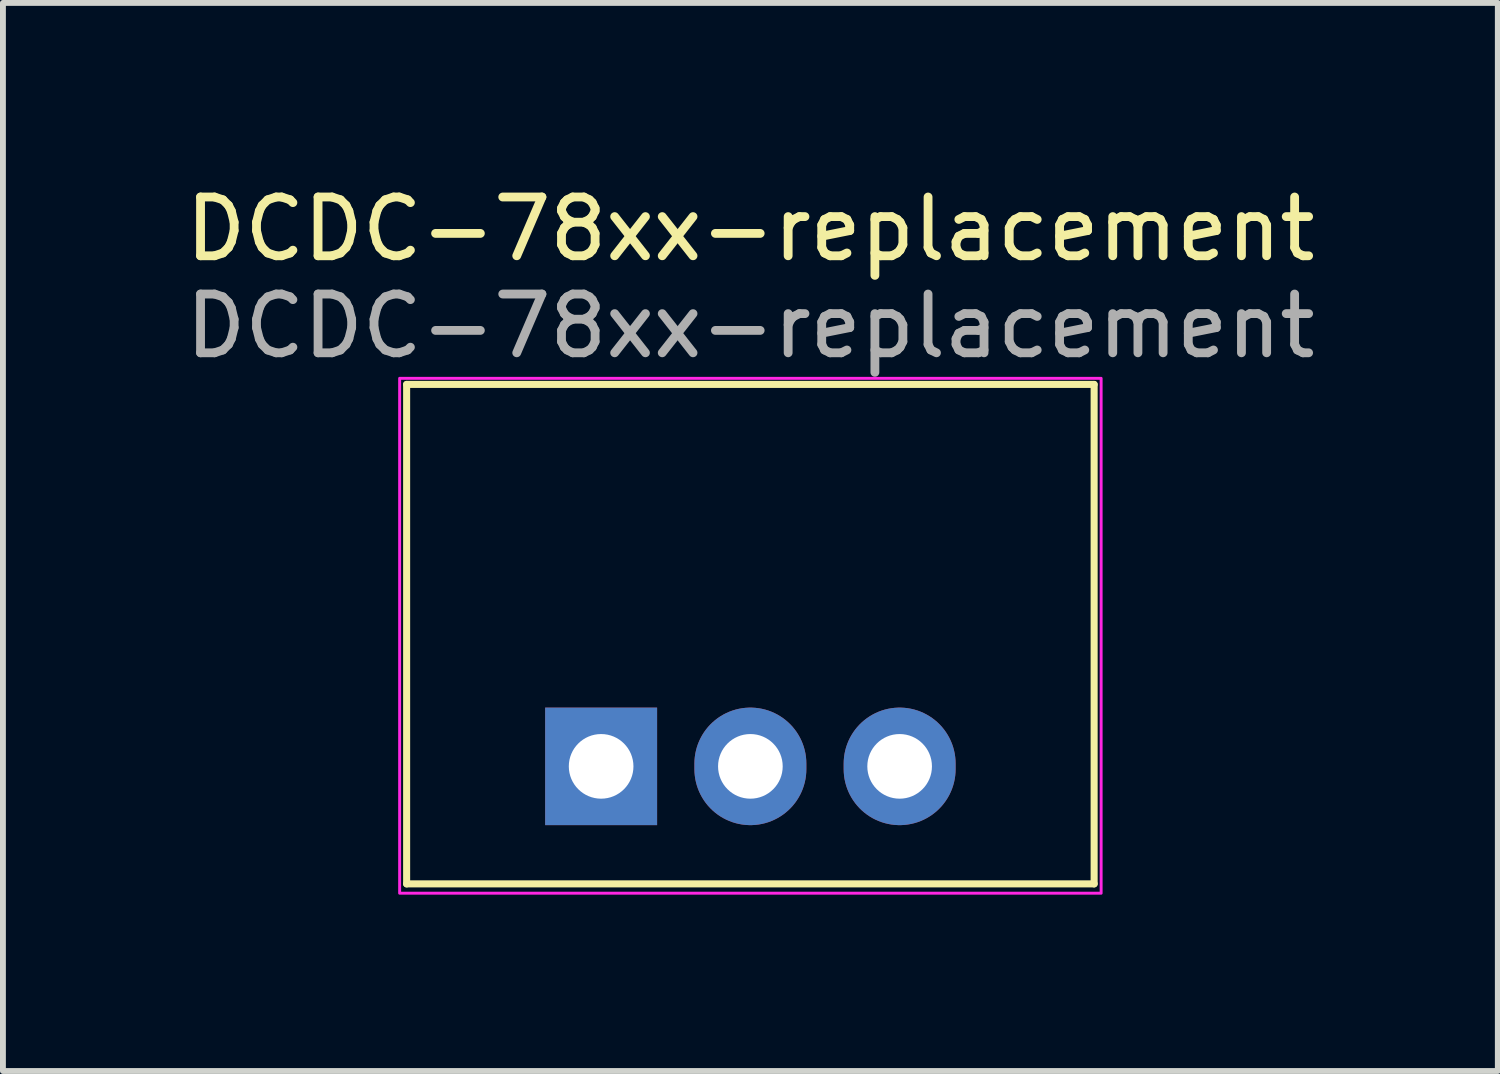
<source format=kicad_pcb>
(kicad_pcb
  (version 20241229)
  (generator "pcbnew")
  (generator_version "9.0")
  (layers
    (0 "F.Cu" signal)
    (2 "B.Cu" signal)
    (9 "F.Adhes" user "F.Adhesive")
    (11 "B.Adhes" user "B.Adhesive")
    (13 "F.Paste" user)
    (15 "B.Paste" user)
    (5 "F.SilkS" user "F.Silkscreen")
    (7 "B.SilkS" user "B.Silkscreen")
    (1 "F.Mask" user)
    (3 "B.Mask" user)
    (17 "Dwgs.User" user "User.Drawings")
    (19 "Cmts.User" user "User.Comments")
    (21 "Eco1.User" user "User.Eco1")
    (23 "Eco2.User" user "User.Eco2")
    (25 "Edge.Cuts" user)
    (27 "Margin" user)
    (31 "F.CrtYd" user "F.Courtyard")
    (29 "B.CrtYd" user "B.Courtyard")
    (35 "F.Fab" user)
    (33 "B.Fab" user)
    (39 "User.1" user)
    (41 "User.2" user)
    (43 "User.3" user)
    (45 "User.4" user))
  (footprint "DCDC-78xx-replacement"
    (layer "F.Cu")
    (at 9.72 9.992)
    (property "Reference" "DCDC-78xx-replacement" (at 0 -9.144 0) (layer "F.SilkS") (effects (font (size 1 1) (thickness 0.15))))
    (attr through_hole)
    (fp_line (start -5.85 -6.5) (end -5.85 2) (stroke (width 0.12) (type solid)) (layer "F.SilkS"))
    (fp_line (start -5.85 -6.5) (end 5.85 -6.5) (stroke (width 0.12) (type solid)) (layer "F.SilkS"))
    (fp_line (start -5.85 2) (end 5.85 2) (stroke (width 0.12) (type solid)) (layer "F.SilkS"))
    (fp_line (start 5.85 -6.5) (end 5.85 2) (stroke (width 0.12) (type solid)) (layer "F.SilkS"))
    (fp_rect (start -5.969 -6.604) (end 5.969 2.159) (stroke (width 0.05) (type solid)) (fill no) (layer "F.CrtYd"))
    (fp_text user "${REFERENCE}" (at 0 -7.493 0) (layer "F.Fab") (effects (font (size 1 1) (thickness 0.15))))
    (pad "1" thru_hole rect (at -2.54 0) (size 1.905 2) (drill 1.1) (layers "*.Cu" "*.Mask"))
    (pad "2" thru_hole oval (at 0 0) (size 1.905 2) (drill 1.1) (layers "*.Cu" "*.Mask"))
    (pad "3" thru_hole oval (at 2.54 0) (size 1.905 2) (drill 1.1) (layers "*.Cu" "*.Mask")))
  (gr_rect
    (start -3 -3)
    (end 22.44 15.176)
    (stroke (width 0.1) (type default))
    (fill no)
    (layer "Edge.Cuts")))
</source>
